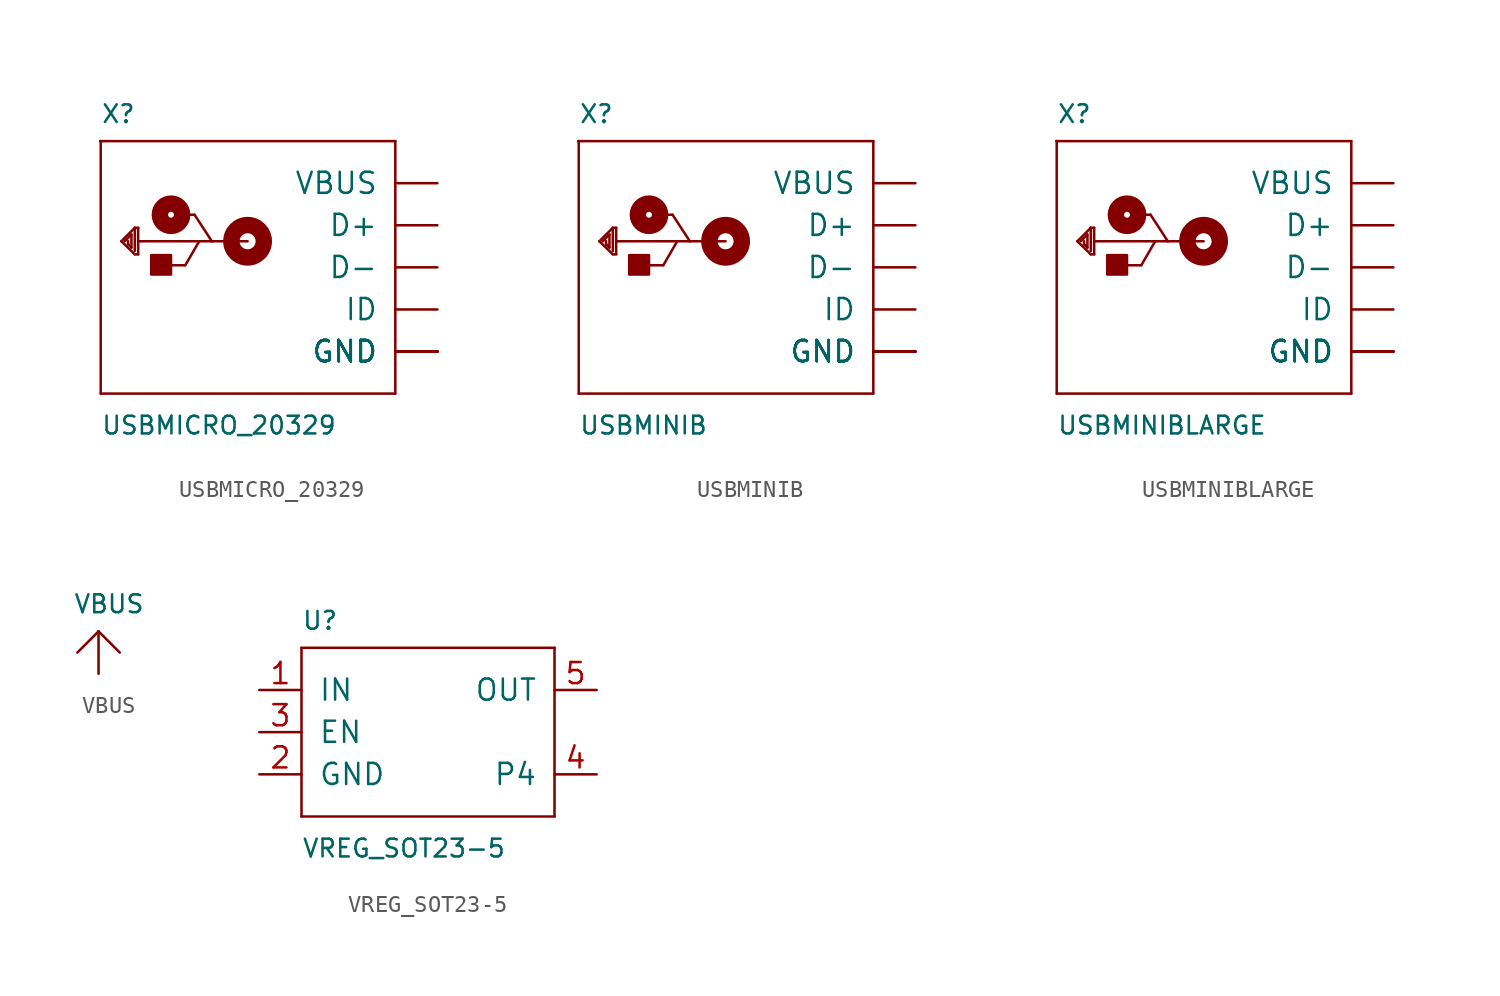
<source format=kicad_sym>
(kicad_symbol_lib
  (version 20211014)
  (generator kicad_symbol_editor)
  (symbol "USBMICRO_20329"
    (pin_names
      (offset 1.016))
    (property "Reference" "X"
      (at -10.16 8.636 0)
      (effects (font (size 1.067 1.067)) (justify left bottom)))
    (property "Value" "USBMICRO_20329"
      (at -10.16 -10.16 0)
      (effects (font (size 1.067 1.067)) (justify left bottom)))
    (property "ki_locked" ""
      (at 0 0 0)
      (effects (font (size 1.27 1.27))))
    (symbol "USBMICRO_20329_1_0"
      (rectangle (start -7.112 -0.432) (end -5.918 0.737) (stroke (width 0) (type default) (color 0 0 0 0)) (fill (type outline)))
      (circle (center -5.918 3.175) (radius 0.178) (stroke (width 0.991) (type default) (color 0 0 0 0)) (fill (type none)))
      (circle (center -1.295 1.575) (radius 0.483) (stroke (width 0.991) (type default) (color 0 0 0 0)) (fill (type none)))
      (polyline (pts (xy -10.185 7.62) (xy -10.16 7.62)) (stroke (width 0) (type default) (color 0 0 0 0)) (fill (type none)))
      (polyline (pts (xy -10.16 -7.62) (xy 7.62 -7.62)) (stroke (width 0) (type default) (color 0 0 0 0)) (fill (type none)))
      (polyline (pts (xy -10.16 7.62) (xy -10.16 -7.62)) (stroke (width 0) (type default) (color 0 0 0 0)) (fill (type none)))
      (polyline (pts (xy -10.16 7.62) (xy 7.62 7.62)) (stroke (width 0) (type default) (color 0 0 0 0)) (fill (type none)))
      (polyline (pts (xy -8.915 1.575) (xy -8.103 2.388)) (stroke (width 0) (type default) (color 0 0 0 0)) (fill (type none)))
      (polyline (pts (xy -8.509 1.397) (xy -8.306 1.194)) (stroke (width 0) (type default) (color 0 0 0 0)) (fill (type none)))
      (polyline (pts (xy -8.509 1.575) (xy -8.509 1.397)) (stroke (width 0) (type default) (color 0 0 0 0)) (fill (type none)))
      (polyline (pts (xy -8.306 1.194) (xy -8.306 1.981)) (stroke (width 0) (type default) (color 0 0 0 0)) (fill (type none)))
      (polyline (pts (xy -8.306 1.981) (xy -8.712 1.575)) (stroke (width 0) (type default) (color 0 0 0 0)) (fill (type none)))
      (polyline (pts (xy -8.103 0.787) (xy -8.915 1.575)) (stroke (width 0) (type default) (color 0 0 0 0)) (fill (type none)))
      (polyline (pts (xy -8.103 0.991) (xy -8.103 2.388)) (stroke (width 0) (type default) (color 0 0 0 0)) (fill (type none)))
      (polyline (pts (xy -8.103 2.388) (xy -7.899 2.388)) (stroke (width 0) (type default) (color 0 0 0 0)) (fill (type none)))
      (polyline (pts (xy -7.899 0.787) (xy -8.103 0.787)) (stroke (width 0) (type default) (color 0 0 0 0)) (fill (type none)))
      (polyline (pts (xy -7.899 1.575) (xy -7.899 0.787)) (stroke (width 0) (type default) (color 0 0 0 0)) (fill (type none)))
      (polyline (pts (xy -7.899 2.388) (xy -7.899 1.575)) (stroke (width 0) (type default) (color 0 0 0 0)) (fill (type none)))
      (polyline (pts (xy -6.248 0.127) (xy -5.055 0.127)) (stroke (width 0) (type default) (color 0 0 0 0)) (fill (type none)))
      (polyline (pts (xy -5.512 3.175) (xy -4.496 3.175)) (stroke (width 0) (type default) (color 0 0 0 0)) (fill (type none)))
      (polyline (pts (xy -5.055 0.127) (xy -4.216 1.575)) (stroke (width 0) (type default) (color 0 0 0 0)) (fill (type none)))
      (polyline (pts (xy -4.496 3.175) (xy -3.454 1.575)) (stroke (width 0) (type default) (color 0 0 0 0)) (fill (type none)))
      (polyline (pts (xy -4.216 1.575) (xy -7.899 1.575)) (stroke (width 0) (type default) (color 0 0 0 0)) (fill (type none)))
      (polyline (pts (xy -3.454 1.575) (xy -4.216 1.575)) (stroke (width 0) (type default) (color 0 0 0 0)) (fill (type none)))
      (polyline (pts (xy -1.295 1.575) (xy -3.454 1.575)) (stroke (width 0) (type default) (color 0 0 0 0)) (fill (type none)))
      (polyline (pts (xy 7.62 7.62) (xy 7.62 -7.62)) (stroke (width 0) (type default) (color 0 0 0 0)) (fill (type none)))
      (pin power_in line (at 10.16 -5.08 180) (length 2.54) (name "GND" (effects (font (size 1.27 1.27)))) (number "BASE@1" (effects (font (size 0 0)))))
      (pin power_in line (at 10.16 -5.08 180) (length 2.54) (name "GND" (effects (font (size 1.27 1.27)))) (number "BASE@2" (effects (font (size 0 0)))))
      (pin unspecified line (at 10.16 2.54 180) (length 2.54) (name "D+" (effects (font (size 1.27 1.27)))) (number "D+" (effects (font (size 0 0)))))
      (pin unspecified line (at 10.16 0 180) (length 2.54) (name "D-" (effects (font (size 1.27 1.27)))) (number "D-" (effects (font (size 0 0)))))
      (pin power_in line (at 10.16 -5.08 180) (length 2.54) (name "GND" (effects (font (size 1.27 1.27)))) (number "GND" (effects (font (size 0 0)))))
      (pin unspecified line (at 10.16 -2.54 180) (length 2.54) (name "ID" (effects (font (size 1.27 1.27)))) (number "ID" (effects (font (size 0 0)))))
      (pin power_in line (at 10.16 -5.08 180) (length 2.54) (name "GND" (effects (font (size 1.27 1.27)))) (number "SPRT@1" (effects (font (size 0 0)))))
      (pin power_in line (at 10.16 -5.08 180) (length 2.54) (name "GND" (effects (font (size 1.27 1.27)))) (number "SPRT@2" (effects (font (size 0 0)))))
      (pin power_in line (at 10.16 -5.08 180) (length 2.54) (name "GND" (effects (font (size 1.27 1.27)))) (number "SPRT@3" (effects (font (size 0 0)))))
      (pin power_in line (at 10.16 -5.08 180) (length 2.54) (name "GND" (effects (font (size 1.27 1.27)))) (number "SPRT@4" (effects (font (size 0 0)))))
      (pin power_in line (at 10.16 5.08 180) (length 2.54) (name "VBUS" (effects (font (size 1.27 1.27)))) (number "VBUS" (effects (font (size 0 0)))))))
  (symbol "USBMINIB"
    (pin_names
      (offset 1.016))
    (property "Reference" "X"
      (at -10.16 8.636 0)
      (effects (font (size 1.067 1.067)) (justify left bottom)))
    (property "Value" "USBMINIB"
      (at -10.16 -10.16 0)
      (effects (font (size 1.067 1.067)) (justify left bottom)))
    (property "ki_locked" ""
      (at 0 0 0)
      (effects (font (size 1.27 1.27))))
    (symbol "USBMINIB_1_0"
      (rectangle (start -7.112 -0.432) (end -5.918 0.737) (stroke (width 0) (type default) (color 0 0 0 0)) (fill (type outline)))
      (circle (center -5.918 3.175) (radius 0.178) (stroke (width 0.991) (type default) (color 0 0 0 0)) (fill (type none)))
      (circle (center -1.295 1.575) (radius 0.483) (stroke (width 0.991) (type default) (color 0 0 0 0)) (fill (type none)))
      (polyline (pts (xy -10.185 7.62) (xy -10.16 7.62)) (stroke (width 0) (type default) (color 0 0 0 0)) (fill (type none)))
      (polyline (pts (xy -10.16 -7.62) (xy 7.62 -7.62)) (stroke (width 0) (type default) (color 0 0 0 0)) (fill (type none)))
      (polyline (pts (xy -10.16 7.62) (xy -10.16 -7.62)) (stroke (width 0) (type default) (color 0 0 0 0)) (fill (type none)))
      (polyline (pts (xy -10.16 7.62) (xy 7.62 7.62)) (stroke (width 0) (type default) (color 0 0 0 0)) (fill (type none)))
      (polyline (pts (xy -8.915 1.575) (xy -8.103 2.388)) (stroke (width 0) (type default) (color 0 0 0 0)) (fill (type none)))
      (polyline (pts (xy -8.509 1.397) (xy -8.306 1.194)) (stroke (width 0) (type default) (color 0 0 0 0)) (fill (type none)))
      (polyline (pts (xy -8.509 1.575) (xy -8.509 1.397)) (stroke (width 0) (type default) (color 0 0 0 0)) (fill (type none)))
      (polyline (pts (xy -8.306 1.194) (xy -8.306 1.981)) (stroke (width 0) (type default) (color 0 0 0 0)) (fill (type none)))
      (polyline (pts (xy -8.306 1.981) (xy -8.712 1.575)) (stroke (width 0) (type default) (color 0 0 0 0)) (fill (type none)))
      (polyline (pts (xy -8.103 0.787) (xy -8.915 1.575)) (stroke (width 0) (type default) (color 0 0 0 0)) (fill (type none)))
      (polyline (pts (xy -8.103 0.991) (xy -8.103 2.388)) (stroke (width 0) (type default) (color 0 0 0 0)) (fill (type none)))
      (polyline (pts (xy -8.103 2.388) (xy -7.899 2.388)) (stroke (width 0) (type default) (color 0 0 0 0)) (fill (type none)))
      (polyline (pts (xy -7.899 0.787) (xy -8.103 0.787)) (stroke (width 0) (type default) (color 0 0 0 0)) (fill (type none)))
      (polyline (pts (xy -7.899 1.575) (xy -7.899 0.787)) (stroke (width 0) (type default) (color 0 0 0 0)) (fill (type none)))
      (polyline (pts (xy -7.899 2.388) (xy -7.899 1.575)) (stroke (width 0) (type default) (color 0 0 0 0)) (fill (type none)))
      (polyline (pts (xy -6.248 0.127) (xy -5.055 0.127)) (stroke (width 0) (type default) (color 0 0 0 0)) (fill (type none)))
      (polyline (pts (xy -5.512 3.175) (xy -4.496 3.175)) (stroke (width 0) (type default) (color 0 0 0 0)) (fill (type none)))
      (polyline (pts (xy -5.055 0.127) (xy -4.216 1.575)) (stroke (width 0) (type default) (color 0 0 0 0)) (fill (type none)))
      (polyline (pts (xy -4.496 3.175) (xy -3.454 1.575)) (stroke (width 0) (type default) (color 0 0 0 0)) (fill (type none)))
      (polyline (pts (xy -4.216 1.575) (xy -7.899 1.575)) (stroke (width 0) (type default) (color 0 0 0 0)) (fill (type none)))
      (polyline (pts (xy -3.454 1.575) (xy -4.216 1.575)) (stroke (width 0) (type default) (color 0 0 0 0)) (fill (type none)))
      (polyline (pts (xy -1.295 1.575) (xy -3.454 1.575)) (stroke (width 0) (type default) (color 0 0 0 0)) (fill (type none)))
      (polyline (pts (xy 7.62 7.62) (xy 7.62 -7.62)) (stroke (width 0) (type default) (color 0 0 0 0)) (fill (type none)))
      (pin unspecified line (at 10.16 2.54 180) (length 2.54) (name "D+" (effects (font (size 1.27 1.27)))) (number "D+" (effects (font (size 0 0)))))
      (pin unspecified line (at 10.16 0 180) (length 2.54) (name "D-" (effects (font (size 1.27 1.27)))) (number "D-" (effects (font (size 0 0)))))
      (pin power_in line (at 10.16 -5.08 180) (length 2.54) (name "GND" (effects (font (size 1.27 1.27)))) (number "GND" (effects (font (size 0 0)))))
      (pin power_in line (at 10.16 -5.08 180) (length 2.54) (name "GND" (effects (font (size 1.27 1.27)))) (number "GND1" (effects (font (size 0 0)))))
      (pin power_in line (at 10.16 -5.08 180) (length 2.54) (name "GND" (effects (font (size 1.27 1.27)))) (number "GND2" (effects (font (size 0 0)))))
      (pin power_in line (at 10.16 -5.08 180) (length 2.54) (name "GND" (effects (font (size 1.27 1.27)))) (number "GND3" (effects (font (size 0 0)))))
      (pin power_in line (at 10.16 -5.08 180) (length 2.54) (name "GND" (effects (font (size 1.27 1.27)))) (number "GND4" (effects (font (size 0 0)))))
      (pin unspecified line (at 10.16 -2.54 180) (length 2.54) (name "ID" (effects (font (size 1.27 1.27)))) (number "ID" (effects (font (size 0 0)))))
      (pin power_in line (at 10.16 5.08 180) (length 2.54) (name "VBUS" (effects (font (size 1.27 1.27)))) (number "VBUS" (effects (font (size 0 0)))))))
  (symbol "USBMINIBLARGE"
    (pin_names
      (offset 1.016))
    (property "Reference" "X"
      (at -10.16 8.636 0)
      (effects (font (size 1.067 1.067)) (justify left bottom)))
    (property "Value" "USBMINIBLARGE"
      (at -10.16 -10.16 0)
      (effects (font (size 1.067 1.067)) (justify left bottom)))
    (property "ki_locked" ""
      (at 0 0 0)
      (effects (font (size 1.27 1.27))))
    (symbol "USBMINIBLARGE_1_0"
      (rectangle (start -7.112 -0.432) (end -5.918 0.737) (stroke (width 0) (type default) (color 0 0 0 0)) (fill (type outline)))
      (circle (center -5.918 3.175) (radius 0.178) (stroke (width 0.991) (type default) (color 0 0 0 0)) (fill (type none)))
      (circle (center -1.295 1.575) (radius 0.483) (stroke (width 0.991) (type default) (color 0 0 0 0)) (fill (type none)))
      (polyline (pts (xy -10.185 7.62) (xy -10.16 7.62)) (stroke (width 0) (type default) (color 0 0 0 0)) (fill (type none)))
      (polyline (pts (xy -10.16 -7.62) (xy 7.62 -7.62)) (stroke (width 0) (type default) (color 0 0 0 0)) (fill (type none)))
      (polyline (pts (xy -10.16 7.62) (xy -10.16 -7.62)) (stroke (width 0) (type default) (color 0 0 0 0)) (fill (type none)))
      (polyline (pts (xy -10.16 7.62) (xy 7.62 7.62)) (stroke (width 0) (type default) (color 0 0 0 0)) (fill (type none)))
      (polyline (pts (xy -8.915 1.575) (xy -8.103 2.388)) (stroke (width 0) (type default) (color 0 0 0 0)) (fill (type none)))
      (polyline (pts (xy -8.509 1.397) (xy -8.306 1.194)) (stroke (width 0) (type default) (color 0 0 0 0)) (fill (type none)))
      (polyline (pts (xy -8.509 1.575) (xy -8.509 1.397)) (stroke (width 0) (type default) (color 0 0 0 0)) (fill (type none)))
      (polyline (pts (xy -8.306 1.194) (xy -8.306 1.981)) (stroke (width 0) (type default) (color 0 0 0 0)) (fill (type none)))
      (polyline (pts (xy -8.306 1.981) (xy -8.712 1.575)) (stroke (width 0) (type default) (color 0 0 0 0)) (fill (type none)))
      (polyline (pts (xy -8.103 0.787) (xy -8.915 1.575)) (stroke (width 0) (type default) (color 0 0 0 0)) (fill (type none)))
      (polyline (pts (xy -8.103 0.991) (xy -8.103 2.388)) (stroke (width 0) (type default) (color 0 0 0 0)) (fill (type none)))
      (polyline (pts (xy -8.103 2.388) (xy -7.899 2.388)) (stroke (width 0) (type default) (color 0 0 0 0)) (fill (type none)))
      (polyline (pts (xy -7.899 0.787) (xy -8.103 0.787)) (stroke (width 0) (type default) (color 0 0 0 0)) (fill (type none)))
      (polyline (pts (xy -7.899 1.575) (xy -7.899 0.787)) (stroke (width 0) (type default) (color 0 0 0 0)) (fill (type none)))
      (polyline (pts (xy -7.899 2.388) (xy -7.899 1.575)) (stroke (width 0) (type default) (color 0 0 0 0)) (fill (type none)))
      (polyline (pts (xy -6.248 0.127) (xy -5.055 0.127)) (stroke (width 0) (type default) (color 0 0 0 0)) (fill (type none)))
      (polyline (pts (xy -5.512 3.175) (xy -4.496 3.175)) (stroke (width 0) (type default) (color 0 0 0 0)) (fill (type none)))
      (polyline (pts (xy -5.055 0.127) (xy -4.216 1.575)) (stroke (width 0) (type default) (color 0 0 0 0)) (fill (type none)))
      (polyline (pts (xy -4.496 3.175) (xy -3.454 1.575)) (stroke (width 0) (type default) (color 0 0 0 0)) (fill (type none)))
      (polyline (pts (xy -4.216 1.575) (xy -7.899 1.575)) (stroke (width 0) (type default) (color 0 0 0 0)) (fill (type none)))
      (polyline (pts (xy -3.454 1.575) (xy -4.216 1.575)) (stroke (width 0) (type default) (color 0 0 0 0)) (fill (type none)))
      (polyline (pts (xy -1.295 1.575) (xy -3.454 1.575)) (stroke (width 0) (type default) (color 0 0 0 0)) (fill (type none)))
      (polyline (pts (xy 7.62 7.62) (xy 7.62 -7.62)) (stroke (width 0) (type default) (color 0 0 0 0)) (fill (type none)))
      (pin unspecified line (at 10.16 2.54 180) (length 2.54) (name "D+" (effects (font (size 1.27 1.27)))) (number "D+" (effects (font (size 0 0)))))
      (pin unspecified line (at 10.16 0 180) (length 2.54) (name "D-" (effects (font (size 1.27 1.27)))) (number "D-" (effects (font (size 0 0)))))
      (pin power_in line (at 10.16 -5.08 180) (length 2.54) (name "GND" (effects (font (size 1.27 1.27)))) (number "GND" (effects (font (size 0 0)))))
      (pin power_in line (at 10.16 -5.08 180) (length 2.54) (name "GND" (effects (font (size 1.27 1.27)))) (number "GND1" (effects (font (size 0 0)))))
      (pin power_in line (at 10.16 -5.08 180) (length 2.54) (name "GND" (effects (font (size 1.27 1.27)))) (number "GND2" (effects (font (size 0 0)))))
      (pin power_in line (at 10.16 -5.08 180) (length 2.54) (name "GND" (effects (font (size 1.27 1.27)))) (number "GND3" (effects (font (size 0 0)))))
      (pin power_in line (at 10.16 -5.08 180) (length 2.54) (name "GND" (effects (font (size 1.27 1.27)))) (number "GND4" (effects (font (size 0 0)))))
      (pin unspecified line (at 10.16 -2.54 180) (length 2.54) (name "ID" (effects (font (size 1.27 1.27)))) (number "ID" (effects (font (size 0 0)))))
      (pin power_in line (at 10.16 5.08 180) (length 2.54) (name "VBUS" (effects (font (size 1.27 1.27)))) (number "VBUS" (effects (font (size 0 0)))))))
  (symbol "VBUS"
    (power)
    (pin_names
      (offset 1.016))
    (property "Reference" ""
      (at 0 0 0)
      (effects (font (size 1.27 1.27)) hide))
    (property "Value" "VBUS"
      (at -1.524 1.016 0)
      (effects (font (size 1.067 1.067)) (justify left bottom)))
    (property "ki_locked" ""
      (at 0 0 0)
      (effects (font (size 1.27 1.27))))
    (symbol "VBUS_1_0"
      (polyline (pts (xy -1.27 -1.27) (xy 0 0)) (stroke (width 0) (type default) (color 0 0 0 0)) (fill (type none)))
      (polyline (pts (xy 0 0) (xy 1.27 -1.27)) (stroke (width 0) (type default) (color 0 0 0 0)) (fill (type none)))
      (pin power_in line (at 0 -2.54 90) (length 2.54) (name "VBUS" (effects (font (size 0 0)))) (number "1" (effects (font (size 0 0)))))))
  (symbol "VREG_SOT23-5"
    (pin_names
      (offset 1.016))
    (property "Reference" "U"
      (at -7.62 6.096 0)
      (effects (font (size 1.067 1.067)) (justify left bottom)))
    (property "Value" "VREG_SOT23-5"
      (at -7.62 -7.62 0)
      (effects (font (size 1.067 1.067)) (justify left bottom)))
    (property "ki_locked" ""
      (at 0 0 0)
      (effects (font (size 1.27 1.27))))
    (symbol "VREG_SOT23-5_1_0"
      (polyline (pts (xy -7.62 -5.08) (xy -7.62 5.08)) (stroke (width 0) (type default) (color 0 0 0 0)) (fill (type none)))
      (polyline (pts (xy -7.62 5.08) (xy 7.62 5.08)) (stroke (width 0) (type default) (color 0 0 0 0)) (fill (type none)))
      (polyline (pts (xy 7.62 -5.08) (xy -7.62 -5.08)) (stroke (width 0) (type default) (color 0 0 0 0)) (fill (type none)))
      (polyline (pts (xy 7.62 5.08) (xy 7.62 -5.08)) (stroke (width 0) (type default) (color 0 0 0 0)) (fill (type none)))
      (pin power_in line (at -10.16 2.54 0) (length 2.54) (name "IN" (effects (font (size 1.27 1.27)))) (number "1" (effects (font (size 1.27 1.27)))))
      (pin power_in line (at -10.16 -2.54 0) (length 2.54) (name "GND" (effects (font (size 1.27 1.27)))) (number "2" (effects (font (size 1.27 1.27)))))
      (pin input line (at -10.16 0 0) (length 2.54) (name "EN" (effects (font (size 1.27 1.27)))) (number "3" (effects (font (size 1.27 1.27)))))
      (pin unspecified line (at 10.16 -2.54 180) (length 2.54) (name "P4" (effects (font (size 1.27 1.27)))) (number "4" (effects (font (size 1.27 1.27)))))
      (pin power_in line (at 10.16 2.54 180) (length 2.54) (name "OUT" (effects (font (size 1.27 1.27)))) (number "5" (effects (font (size 1.27 1.27))))))))
</source>
